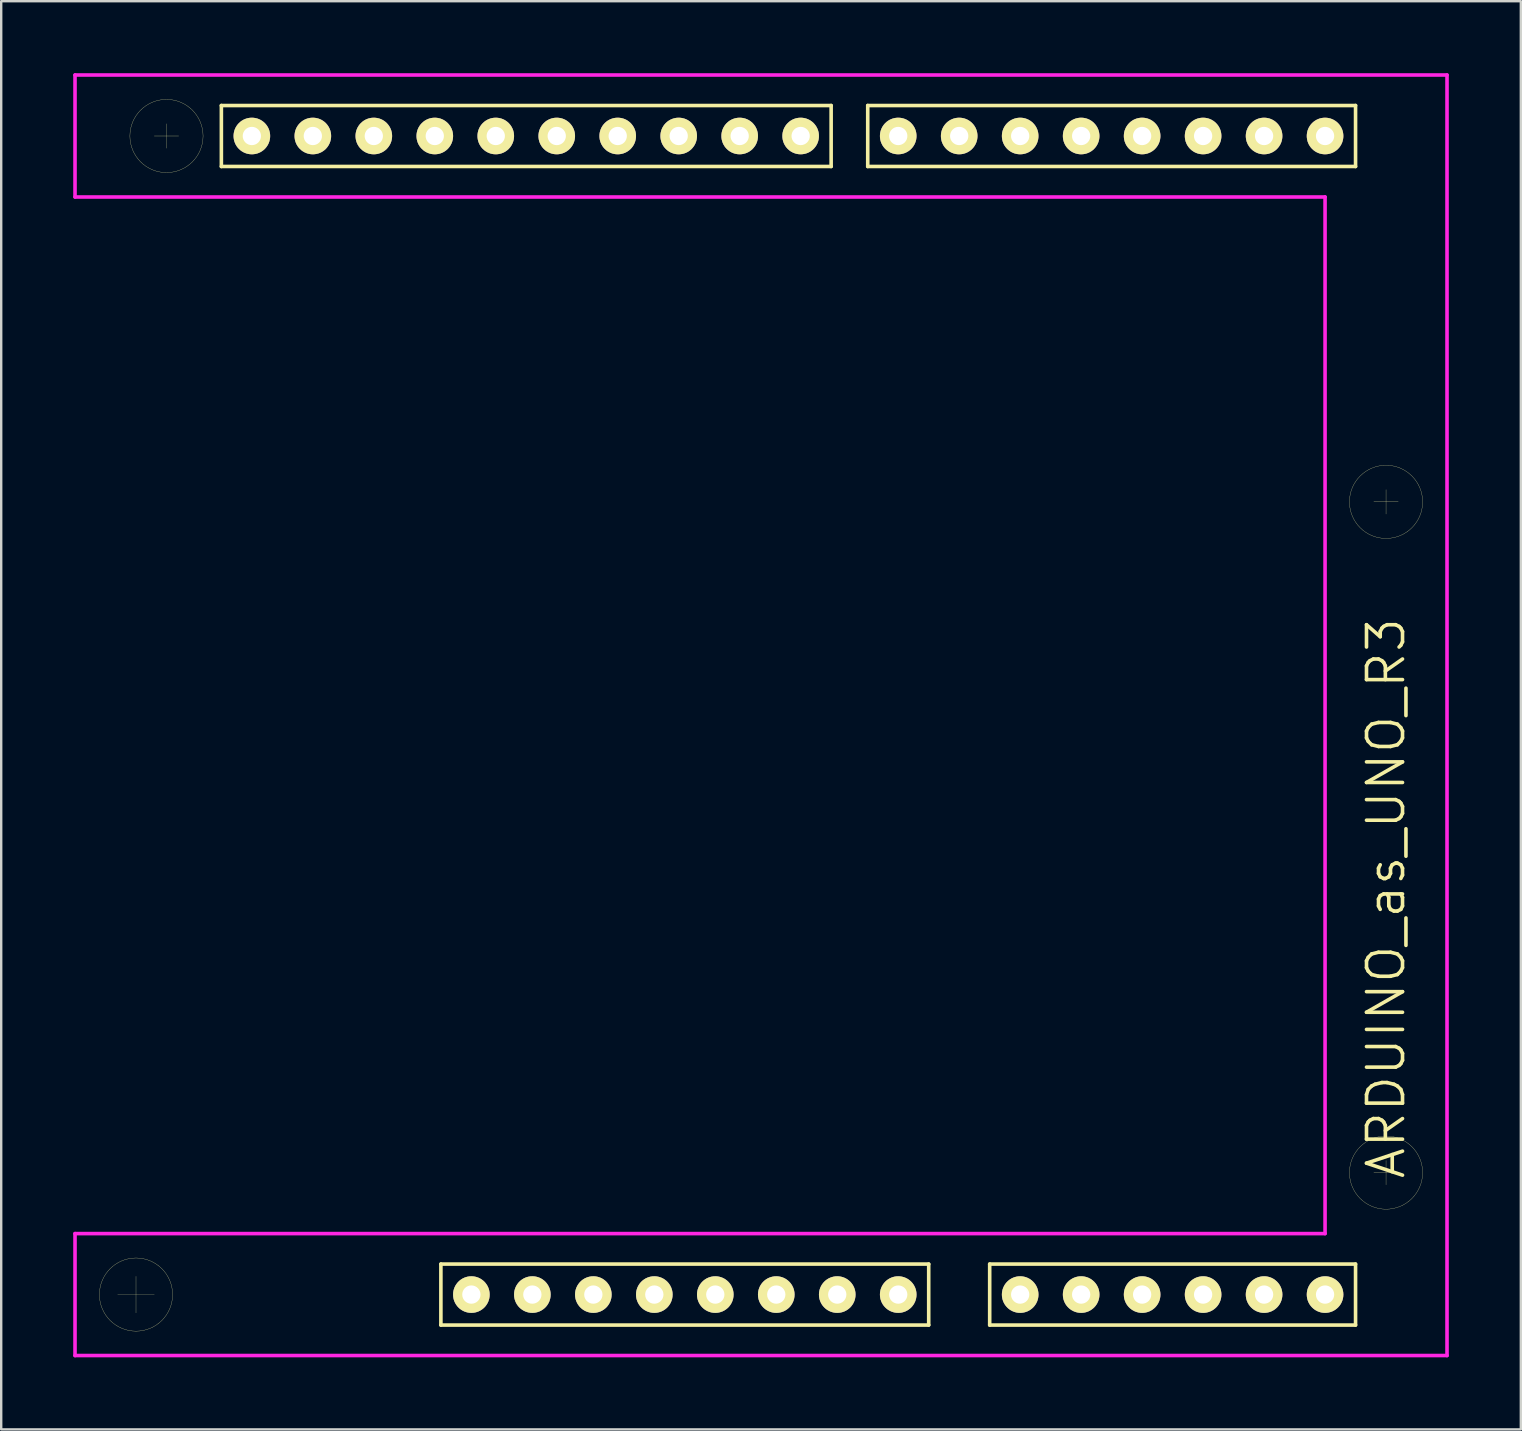
<source format=kicad_pcb>
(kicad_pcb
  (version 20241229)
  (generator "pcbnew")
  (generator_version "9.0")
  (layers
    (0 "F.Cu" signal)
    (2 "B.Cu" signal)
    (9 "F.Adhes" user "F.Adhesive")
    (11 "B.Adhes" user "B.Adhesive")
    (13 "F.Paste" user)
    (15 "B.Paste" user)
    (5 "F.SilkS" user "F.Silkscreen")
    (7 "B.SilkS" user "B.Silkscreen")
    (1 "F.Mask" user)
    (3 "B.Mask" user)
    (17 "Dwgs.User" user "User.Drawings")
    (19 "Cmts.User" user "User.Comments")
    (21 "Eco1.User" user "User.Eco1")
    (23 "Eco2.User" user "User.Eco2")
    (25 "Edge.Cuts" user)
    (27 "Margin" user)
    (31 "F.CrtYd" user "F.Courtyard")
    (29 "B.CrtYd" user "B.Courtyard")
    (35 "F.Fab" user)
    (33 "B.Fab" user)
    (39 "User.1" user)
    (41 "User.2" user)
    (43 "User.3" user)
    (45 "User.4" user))
  (footprint "ARDUINO_as_UNO_R3"
    (layer "F.Cu")
    (at 16.585 50.875)
    (property "Reference" "ARDUINO_as_UNO_R3" (at 38.1 -16.51 90) (layer "F.SilkS") (effects (font (size 1.5 1.5) (thickness 0.15))))
    (attr through_hole)
    (fp_line (start -14.732 0) (end -13.208 0) (stroke (width 0.01) (type solid)) (layer "F.SilkS"))
    (fp_line (start -13.97 -0.762) (end -13.97 0.762) (stroke (width 0.01) (type solid)) (layer "F.SilkS"))
    (fp_line (start -13.208 -48.26) (end -12.192 -48.26) (stroke (width 0.01) (type solid)) (layer "F.SilkS"))
    (fp_line (start -12.7 -48.768) (end -12.7 -47.752) (stroke (width 0.01) (type solid)) (layer "F.SilkS"))
    (fp_line (start -10.414 -49.53) (end 14.986 -49.53) (stroke (width 0.15) (type solid)) (layer "F.SilkS"))
    (fp_line (start -10.414 -46.99) (end -10.414 -49.53) (stroke (width 0.15) (type solid)) (layer "F.SilkS"))
    (fp_line (start -1.27 -1.27) (end 19.05 -1.27) (stroke (width 0.15) (type solid)) (layer "F.SilkS"))
    (fp_line (start -1.27 1.27) (end -1.27 -1.27) (stroke (width 0.15) (type solid)) (layer "F.SilkS"))
    (fp_line (start 14.986 -49.53) (end 14.986 -46.99) (stroke (width 0.15) (type solid)) (layer "F.SilkS"))
    (fp_line (start 14.986 -46.99) (end -10.414 -46.99) (stroke (width 0.15) (type solid)) (layer "F.SilkS"))
    (fp_line (start 16.51 -49.53) (end 36.83 -49.53) (stroke (width 0.15) (type solid)) (layer "F.SilkS"))
    (fp_line (start 16.51 -46.99) (end 16.51 -49.53) (stroke (width 0.15) (type solid)) (layer "F.SilkS"))
    (fp_line (start 19.05 -1.27) (end 19.05 1.27) (stroke (width 0.15) (type solid)) (layer "F.SilkS"))
    (fp_line (start 19.05 1.27) (end -1.27 1.27) (stroke (width 0.15) (type solid)) (layer "F.SilkS"))
    (fp_line (start 21.59 -1.27) (end 36.83 -1.27) (stroke (width 0.15) (type solid)) (layer "F.SilkS"))
    (fp_line (start 21.59 1.27) (end 21.59 -1.27) (stroke (width 0.15) (type solid)) (layer "F.SilkS"))
    (fp_line (start 36.83 -49.53) (end 36.83 -46.99) (stroke (width 0.15) (type solid)) (layer "F.SilkS"))
    (fp_line (start 36.83 -46.99) (end 16.51 -46.99) (stroke (width 0.15) (type solid)) (layer "F.SilkS"))
    (fp_line (start 36.83 -1.27) (end 36.83 1.27) (stroke (width 0.15) (type solid)) (layer "F.SilkS"))
    (fp_line (start 36.83 1.27) (end 21.59 1.27) (stroke (width 0.15) (type solid)) (layer "F.SilkS"))
    (fp_line (start 37.592 -5.08) (end 38.608 -5.08) (stroke (width 0.01) (type solid)) (layer "F.SilkS"))
    (fp_line (start 38.1 -33.528) (end 38.1 -32.512) (stroke (width 0.01) (type solid)) (layer "F.SilkS"))
    (fp_line (start 38.1 -5.588) (end 38.1 -4.572) (stroke (width 0.01) (type solid)) (layer "F.SilkS"))
    (fp_line (start 38.608 -33.02) (end 37.592 -33.02) (stroke (width 0.01) (type solid)) (layer "F.SilkS"))
    (fp_circle (center -13.97 0) (end -12.446 0) (stroke (width 0.01) (type solid)) (fill no) (layer "F.SilkS"))
    (fp_circle (center -12.7 -48.26) (end -11.176 -48.26) (stroke (width 0.01) (type solid)) (fill no) (layer "F.SilkS"))
    (fp_circle (center 38.1 -33.02) (end 39.624 -33.02) (stroke (width 0.01) (type solid)) (fill no) (layer "F.SilkS"))
    (fp_circle (center 38.1 -5.08) (end 39.624 -5.08) (stroke (width 0.01) (type solid)) (fill no) (layer "F.SilkS"))
    (fp_line (start -16.51 -50.8) (end 40.64 -50.8) (stroke (width 0.15) (type solid)) (layer "F.CrtYd"))
    (fp_line (start -16.51 -45.72) (end -16.51 -50.8) (stroke (width 0.15) (type solid)) (layer "F.CrtYd"))
    (fp_line (start -16.51 -2.54) (end 35.56 -2.54) (stroke (width 0.15) (type solid)) (layer "F.CrtYd"))
    (fp_line (start -16.51 2.54) (end -16.51 -2.54) (stroke (width 0.15) (type solid)) (layer "F.CrtYd"))
    (fp_line (start 35.56 -45.72) (end -16.51 -45.72) (stroke (width 0.15) (type solid)) (layer "F.CrtYd"))
    (fp_line (start 35.56 -2.54) (end 35.56 -45.72) (stroke (width 0.15) (type solid)) (layer "F.CrtYd"))
    (fp_line (start 40.64 -50.8) (end 40.64 2.54) (stroke (width 0.15) (type solid)) (layer "F.CrtYd"))
    (fp_line (start 40.64 2.54) (end -16.51 2.54) (stroke (width 0.15) (type solid)) (layer "F.CrtYd"))
    (pad "0" thru_hole circle (at 35.56 -48.26) (size 1.524 1.524) (drill 0.762) (layers "*.Cu" "*.Mask" "F.SilkS"))
    (pad "1" thru_hole circle (at 33.02 -48.26) (size 1.524 1.524) (drill 0.762) (layers "*.Cu" "*.Mask" "F.SilkS"))
    (pad "2" thru_hole circle (at 30.48 -48.26) (size 1.524 1.524) (drill 0.762) (layers "*.Cu" "*.Mask" "F.SilkS"))
    (pad "3" thru_hole circle (at 27.94 -48.26) (size 1.524 1.524) (drill 0.762) (layers "*.Cu" "*.Mask" "F.SilkS"))
    (pad "3V3" thru_hole circle (at 7.62 0) (size 1.524 1.524) (drill 0.762) (layers "*.Cu" "*.Mask" "F.SilkS"))
    (pad "4" thru_hole circle (at 25.4 -48.26) (size 1.524 1.524) (drill 0.762) (layers "*.Cu" "*.Mask" "F.SilkS"))
    (pad "5" thru_hole circle (at 22.86 -48.26) (size 1.524 1.524) (drill 0.762) (layers "*.Cu" "*.Mask" "F.SilkS"))
    (pad "5V" thru_hole circle (at 10.16 0) (size 1.524 1.524) (drill 0.762) (layers "*.Cu" "*.Mask" "F.SilkS"))
    (pad "6" thru_hole circle (at 20.32 -48.26) (size 1.524 1.524) (drill 0.762) (layers "*.Cu" "*.Mask" "F.SilkS"))
    (pad "7" thru_hole circle (at 17.78 -48.26) (size 1.524 1.524) (drill 0.762) (layers "*.Cu" "*.Mask" "F.SilkS"))
    (pad "8" thru_hole circle (at 13.716 -48.26) (size 1.524 1.524) (drill 0.762) (layers "*.Cu" "*.Mask" "F.SilkS"))
    (pad "9" thru_hole circle (at 11.176 -48.26) (size 1.524 1.524) (drill 0.762) (layers "*.Cu" "*.Mask" "F.SilkS"))
    (pad "10" thru_hole circle (at 8.636 -48.26) (size 1.524 1.524) (drill 0.762) (layers "*.Cu" "*.Mask" "F.SilkS"))
    (pad "11" thru_hole circle (at 6.096 -48.26) (size 1.524 1.524) (drill 0.762) (layers "*.Cu" "*.Mask" "F.SilkS"))
    (pad "12" thru_hole circle (at 3.556 -48.26) (size 1.524 1.524) (drill 0.762) (layers "*.Cu" "*.Mask" "F.SilkS"))
    (pad "13" thru_hole circle (at 1.016 -48.26) (size 1.524 1.524) (drill 0.762) (layers "*.Cu" "*.Mask" "F.SilkS"))
    (pad "A0" thru_hole circle (at 22.86 0) (size 1.524 1.524) (drill 0.762) (layers "*.Cu" "*.Mask" "F.SilkS"))
    (pad "A1" thru_hole circle (at 25.4 0) (size 1.524 1.524) (drill 0.762) (layers "*.Cu" "*.Mask" "F.SilkS"))
    (pad "A2" thru_hole circle (at 27.94 0) (size 1.524 1.524) (drill 0.762) (layers "*.Cu" "*.Mask" "F.SilkS"))
    (pad "A3" thru_hole circle (at 30.48 0) (size 1.524 1.524) (drill 0.762) (layers "*.Cu" "*.Mask" "F.SilkS"))
    (pad "A4/1" thru_hole circle (at 33.02 0) (size 1.524 1.524) (drill 0.762) (layers "*.Cu" "*.Mask" "F.SilkS"))
    (pad "A4/2" thru_hole circle (at -6.604 -48.26) (size 1.524 1.524) (drill 0.762) (layers "*.Cu" "*.Mask" "F.SilkS"))
    (pad "A5/1" thru_hole circle (at 35.56 0) (size 1.524 1.524) (drill 0.762) (layers "*.Cu" "*.Mask" "F.SilkS"))
    (pad "A5/2" thru_hole circle (at -9.144 -48.26) (size 1.524 1.524) (drill 0.762) (layers "*.Cu" "*.Mask" "F.SilkS"))
    (pad "AREF" thru_hole circle (at -4.064 -48.26) (size 1.524 1.524) (drill 0.762) (layers "*.Cu" "*.Mask" "F.SilkS"))
    (pad "GND1" thru_hole circle (at 12.7 0) (size 1.524 1.524) (drill 0.762) (layers "*.Cu" "*.Mask" "F.SilkS"))
    (pad "GND2" thru_hole circle (at 15.24 0) (size 1.524 1.524) (drill 0.762) (layers "*.Cu" "*.Mask" "F.SilkS"))
    (pad "GND3" thru_hole circle (at -1.524 -48.26) (size 1.524 1.524) (drill 0.762) (layers "*.Cu" "*.Mask" "F.SilkS"))
    (pad "IREF" thru_hole circle (at 2.54 0) (size 1.524 1.524) (drill 0.762) (layers "*.Cu" "*.Mask" "F.SilkS"))
    (pad "NC" thru_hole circle (at 0 0) (size 1.524 1.524) (drill 0.762) (layers "*.Cu" "*.Mask" "F.SilkS"))
    (pad "RST" thru_hole circle (at 5.08 0) (size 1.524 1.524) (drill 0.762) (layers "*.Cu" "*.Mask" "F.SilkS"))
    (pad "VIN" thru_hole circle (at 17.78 0) (size 1.524 1.524) (drill 0.762) (layers "*.Cu" "*.Mask" "F.SilkS")))
  (gr_rect
    (start -3 -3)
    (end 60.3 56.49)
    (stroke (width 0.1) (type default))
    (fill no)
    (layer "Edge.Cuts")))
</source>
